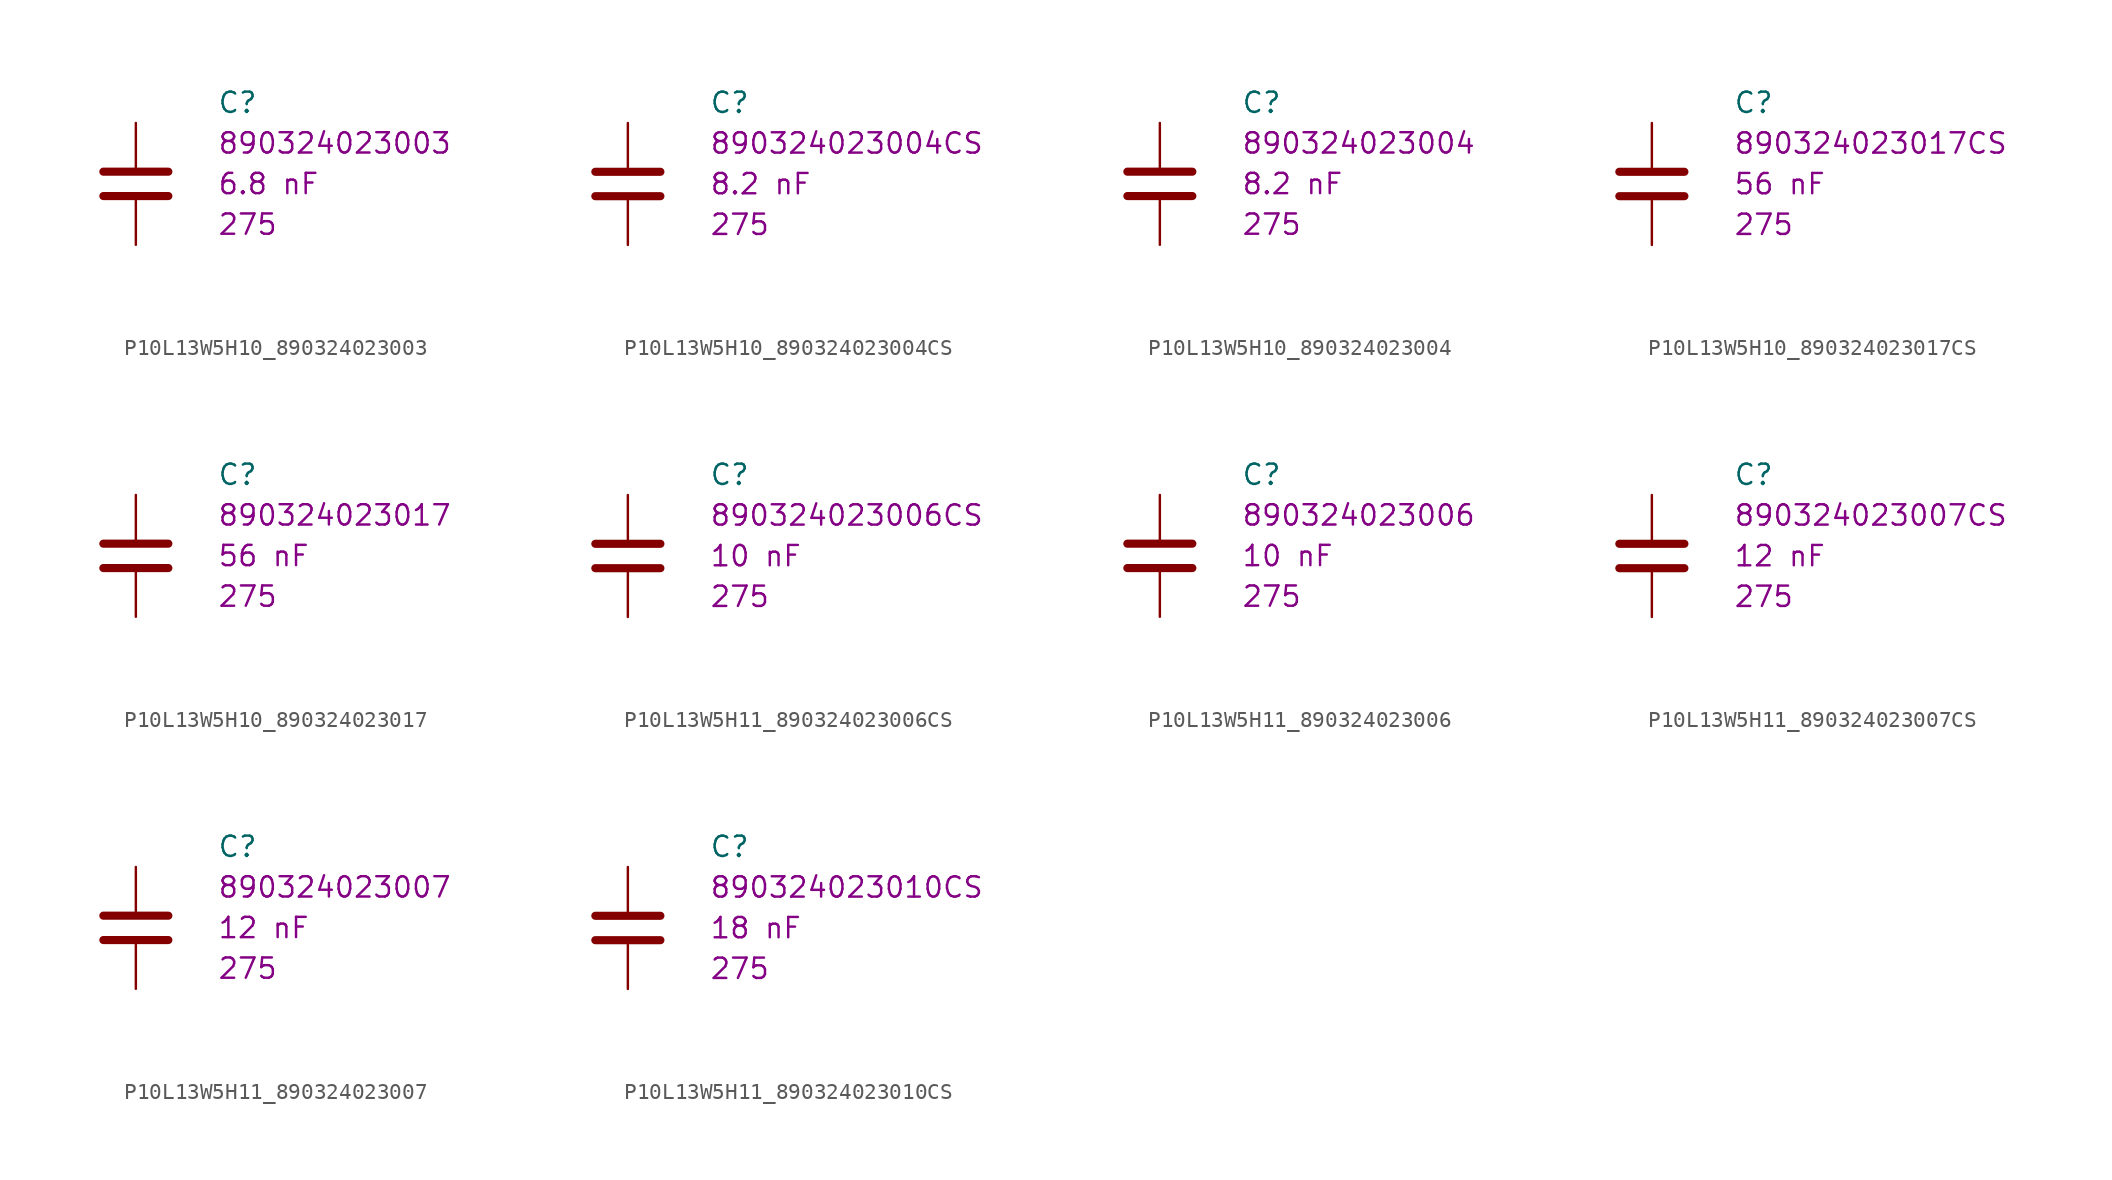
<source format=kicad_sym>
(kicad_symbol_lib
  (version 20220914)
  (generator kicad_symbol_editor)
  (symbol "P10L13W5H10_890324023003"
    (pin_numbers hide)
    (pin_names hide)
    (property "Reference" "C"
      (at 5.08 5.08 0)
      (effects (font (size 1.27 1.27)) (justify left)))
    (property "Part Number" "890324023003"
      (at 5.08 2.54 0)
      (effects (font (size 1.27 1.27)) (justify left)))
    (property "Capacitance" "6.8 nF"
      (at 5.08 0 0)
      (effects (font (size 1.27 1.27)) (justify left)))
    (property "Voltage" "275"
      (at 5.08 -2.54 0)
      (effects (font (size 1.27 1.27)) (justify left)))
    (property "Critical Parameter" ""
      (at 0 -7.62 0)
      (effects (font (size 1.27 1.27))))
    (symbol "P10L13W5H10_890324023003_0_1"
      (polyline (pts (xy -2.032 -0.762) (xy 2.032 -0.762)) (stroke (width 0.508) (type default)) (fill (type none)))
      (polyline (pts (xy -2.032 0.762) (xy 2.032 0.762)) (stroke (width 0.508) (type default)) (fill (type none))))
    (symbol "P10L13W5H10_890324023003_1_1"
      (pin passive line (at 0 3.81 270) (length 2.794) (name "1" (effects (font (size 1.27 1.27)))) (number "1" (effects (font (size 1.27 1.27)))))
      (pin passive line (at 0 -3.81 90) (length 2.794) (name "2" (effects (font (size 1.27 1.27)))) (number "2" (effects (font (size 1.27 1.27)))))))
  (symbol "P10L13W5H10_890324023004CS"
    (pin_numbers hide)
    (pin_names hide)
    (property "Reference" "C"
      (at 5.08 5.08 0)
      (effects (font (size 1.27 1.27)) (justify left)))
    (property "Part Number" "890324023004CS"
      (at 5.08 2.54 0)
      (effects (font (size 1.27 1.27)) (justify left)))
    (property "Capacitance" "8.2 nF"
      (at 5.08 0 0)
      (effects (font (size 1.27 1.27)) (justify left)))
    (property "Voltage" "275"
      (at 5.08 -2.54 0)
      (effects (font (size 1.27 1.27)) (justify left)))
    (property "Critical Parameter" ""
      (at 0 -7.62 0)
      (effects (font (size 1.27 1.27))))
    (symbol "P10L13W5H10_890324023004CS_0_1"
      (polyline (pts (xy -2.032 -0.762) (xy 2.032 -0.762)) (stroke (width 0.508) (type default)) (fill (type none)))
      (polyline (pts (xy -2.032 0.762) (xy 2.032 0.762)) (stroke (width 0.508) (type default)) (fill (type none))))
    (symbol "P10L13W5H10_890324023004CS_1_1"
      (pin passive line (at 0 3.81 270) (length 2.794) (name "1" (effects (font (size 1.27 1.27)))) (number "1" (effects (font (size 1.27 1.27)))))
      (pin passive line (at 0 -3.81 90) (length 2.794) (name "2" (effects (font (size 1.27 1.27)))) (number "2" (effects (font (size 1.27 1.27)))))))
  (symbol "P10L13W5H10_890324023004"
    (pin_numbers hide)
    (pin_names hide)
    (property "Reference" "C"
      (at 5.08 5.08 0)
      (effects (font (size 1.27 1.27)) (justify left)))
    (property "Part Number" "890324023004"
      (at 5.08 2.54 0)
      (effects (font (size 1.27 1.27)) (justify left)))
    (property "Capacitance" "8.2 nF"
      (at 5.08 0 0)
      (effects (font (size 1.27 1.27)) (justify left)))
    (property "Voltage" "275"
      (at 5.08 -2.54 0)
      (effects (font (size 1.27 1.27)) (justify left)))
    (property "Critical Parameter" ""
      (at 0 -7.62 0)
      (effects (font (size 1.27 1.27))))
    (symbol "P10L13W5H10_890324023004_0_1"
      (polyline (pts (xy -2.032 -0.762) (xy 2.032 -0.762)) (stroke (width 0.508) (type default)) (fill (type none)))
      (polyline (pts (xy -2.032 0.762) (xy 2.032 0.762)) (stroke (width 0.508) (type default)) (fill (type none))))
    (symbol "P10L13W5H10_890324023004_1_1"
      (pin passive line (at 0 3.81 270) (length 2.794) (name "1" (effects (font (size 1.27 1.27)))) (number "1" (effects (font (size 1.27 1.27)))))
      (pin passive line (at 0 -3.81 90) (length 2.794) (name "2" (effects (font (size 1.27 1.27)))) (number "2" (effects (font (size 1.27 1.27)))))))
  (symbol "P10L13W5H10_890324023017CS"
    (pin_numbers hide)
    (pin_names hide)
    (property "Reference" "C"
      (at 5.08 5.08 0)
      (effects (font (size 1.27 1.27)) (justify left)))
    (property "Part Number" "890324023017CS"
      (at 5.08 2.54 0)
      (effects (font (size 1.27 1.27)) (justify left)))
    (property "Capacitance" "56 nF"
      (at 5.08 0 0)
      (effects (font (size 1.27 1.27)) (justify left)))
    (property "Voltage" "275"
      (at 5.08 -2.54 0)
      (effects (font (size 1.27 1.27)) (justify left)))
    (property "Critical Parameter" ""
      (at 0 -7.62 0)
      (effects (font (size 1.27 1.27))))
    (symbol "P10L13W5H10_890324023017CS_0_1"
      (polyline (pts (xy -2.032 -0.762) (xy 2.032 -0.762)) (stroke (width 0.508) (type default)) (fill (type none)))
      (polyline (pts (xy -2.032 0.762) (xy 2.032 0.762)) (stroke (width 0.508) (type default)) (fill (type none))))
    (symbol "P10L13W5H10_890324023017CS_1_1"
      (pin passive line (at 0 3.81 270) (length 2.794) (name "1" (effects (font (size 1.27 1.27)))) (number "1" (effects (font (size 1.27 1.27)))))
      (pin passive line (at 0 -3.81 90) (length 2.794) (name "2" (effects (font (size 1.27 1.27)))) (number "2" (effects (font (size 1.27 1.27)))))))
  (symbol "P10L13W5H10_890324023017"
    (pin_numbers hide)
    (pin_names hide)
    (property "Reference" "C"
      (at 5.08 5.08 0)
      (effects (font (size 1.27 1.27)) (justify left)))
    (property "Part Number" "890324023017"
      (at 5.08 2.54 0)
      (effects (font (size 1.27 1.27)) (justify left)))
    (property "Capacitance" "56 nF"
      (at 5.08 0 0)
      (effects (font (size 1.27 1.27)) (justify left)))
    (property "Voltage" "275"
      (at 5.08 -2.54 0)
      (effects (font (size 1.27 1.27)) (justify left)))
    (property "Critical Parameter" ""
      (at 0 -7.62 0)
      (effects (font (size 1.27 1.27))))
    (symbol "P10L13W5H10_890324023017_0_1"
      (polyline (pts (xy -2.032 -0.762) (xy 2.032 -0.762)) (stroke (width 0.508) (type default)) (fill (type none)))
      (polyline (pts (xy -2.032 0.762) (xy 2.032 0.762)) (stroke (width 0.508) (type default)) (fill (type none))))
    (symbol "P10L13W5H10_890324023017_1_1"
      (pin passive line (at 0 3.81 270) (length 2.794) (name "1" (effects (font (size 1.27 1.27)))) (number "1" (effects (font (size 1.27 1.27)))))
      (pin passive line (at 0 -3.81 90) (length 2.794) (name "2" (effects (font (size 1.27 1.27)))) (number "2" (effects (font (size 1.27 1.27)))))))
  (symbol "P10L13W5H11_890324023006CS"
    (pin_numbers hide)
    (pin_names hide)
    (property "Reference" "C"
      (at 5.08 5.08 0)
      (effects (font (size 1.27 1.27)) (justify left)))
    (property "Part Number" "890324023006CS"
      (at 5.08 2.54 0)
      (effects (font (size 1.27 1.27)) (justify left)))
    (property "Capacitance" "10 nF"
      (at 5.08 0 0)
      (effects (font (size 1.27 1.27)) (justify left)))
    (property "Voltage" "275"
      (at 5.08 -2.54 0)
      (effects (font (size 1.27 1.27)) (justify left)))
    (property "Critical Parameter" ""
      (at 0 -7.62 0)
      (effects (font (size 1.27 1.27))))
    (symbol "P10L13W5H11_890324023006CS_0_1"
      (polyline (pts (xy -2.032 -0.762) (xy 2.032 -0.762)) (stroke (width 0.508) (type default)) (fill (type none)))
      (polyline (pts (xy -2.032 0.762) (xy 2.032 0.762)) (stroke (width 0.508) (type default)) (fill (type none))))
    (symbol "P10L13W5H11_890324023006CS_1_1"
      (pin passive line (at 0 3.81 270) (length 2.794) (name "1" (effects (font (size 1.27 1.27)))) (number "1" (effects (font (size 1.27 1.27)))))
      (pin passive line (at 0 -3.81 90) (length 2.794) (name "2" (effects (font (size 1.27 1.27)))) (number "2" (effects (font (size 1.27 1.27)))))))
  (symbol "P10L13W5H11_890324023006"
    (pin_numbers hide)
    (pin_names hide)
    (property "Reference" "C"
      (at 5.08 5.08 0)
      (effects (font (size 1.27 1.27)) (justify left)))
    (property "Part Number" "890324023006"
      (at 5.08 2.54 0)
      (effects (font (size 1.27 1.27)) (justify left)))
    (property "Capacitance" "10 nF"
      (at 5.08 0 0)
      (effects (font (size 1.27 1.27)) (justify left)))
    (property "Voltage" "275"
      (at 5.08 -2.54 0)
      (effects (font (size 1.27 1.27)) (justify left)))
    (property "Critical Parameter" ""
      (at 0 -7.62 0)
      (effects (font (size 1.27 1.27))))
    (symbol "P10L13W5H11_890324023006_0_1"
      (polyline (pts (xy -2.032 -0.762) (xy 2.032 -0.762)) (stroke (width 0.508) (type default)) (fill (type none)))
      (polyline (pts (xy -2.032 0.762) (xy 2.032 0.762)) (stroke (width 0.508) (type default)) (fill (type none))))
    (symbol "P10L13W5H11_890324023006_1_1"
      (pin passive line (at 0 3.81 270) (length 2.794) (name "1" (effects (font (size 1.27 1.27)))) (number "1" (effects (font (size 1.27 1.27)))))
      (pin passive line (at 0 -3.81 90) (length 2.794) (name "2" (effects (font (size 1.27 1.27)))) (number "2" (effects (font (size 1.27 1.27)))))))
  (symbol "P10L13W5H11_890324023007CS"
    (pin_numbers hide)
    (pin_names hide)
    (property "Reference" "C"
      (at 5.08 5.08 0)
      (effects (font (size 1.27 1.27)) (justify left)))
    (property "Part Number" "890324023007CS"
      (at 5.08 2.54 0)
      (effects (font (size 1.27 1.27)) (justify left)))
    (property "Capacitance" "12 nF"
      (at 5.08 0 0)
      (effects (font (size 1.27 1.27)) (justify left)))
    (property "Voltage" "275"
      (at 5.08 -2.54 0)
      (effects (font (size 1.27 1.27)) (justify left)))
    (property "Critical Parameter" ""
      (at 0 -7.62 0)
      (effects (font (size 1.27 1.27))))
    (symbol "P10L13W5H11_890324023007CS_0_1"
      (polyline (pts (xy -2.032 -0.762) (xy 2.032 -0.762)) (stroke (width 0.508) (type default)) (fill (type none)))
      (polyline (pts (xy -2.032 0.762) (xy 2.032 0.762)) (stroke (width 0.508) (type default)) (fill (type none))))
    (symbol "P10L13W5H11_890324023007CS_1_1"
      (pin passive line (at 0 3.81 270) (length 2.794) (name "1" (effects (font (size 1.27 1.27)))) (number "1" (effects (font (size 1.27 1.27)))))
      (pin passive line (at 0 -3.81 90) (length 2.794) (name "2" (effects (font (size 1.27 1.27)))) (number "2" (effects (font (size 1.27 1.27)))))))
  (symbol "P10L13W5H11_890324023007"
    (pin_numbers hide)
    (pin_names hide)
    (property "Reference" "C"
      (at 5.08 5.08 0)
      (effects (font (size 1.27 1.27)) (justify left)))
    (property "Part Number" "890324023007"
      (at 5.08 2.54 0)
      (effects (font (size 1.27 1.27)) (justify left)))
    (property "Capacitance" "12 nF"
      (at 5.08 0 0)
      (effects (font (size 1.27 1.27)) (justify left)))
    (property "Voltage" "275"
      (at 5.08 -2.54 0)
      (effects (font (size 1.27 1.27)) (justify left)))
    (property "Critical Parameter" ""
      (at 0 -7.62 0)
      (effects (font (size 1.27 1.27))))
    (symbol "P10L13W5H11_890324023007_0_1"
      (polyline (pts (xy -2.032 -0.762) (xy 2.032 -0.762)) (stroke (width 0.508) (type default)) (fill (type none)))
      (polyline (pts (xy -2.032 0.762) (xy 2.032 0.762)) (stroke (width 0.508) (type default)) (fill (type none))))
    (symbol "P10L13W5H11_890324023007_1_1"
      (pin passive line (at 0 3.81 270) (length 2.794) (name "1" (effects (font (size 1.27 1.27)))) (number "1" (effects (font (size 1.27 1.27)))))
      (pin passive line (at 0 -3.81 90) (length 2.794) (name "2" (effects (font (size 1.27 1.27)))) (number "2" (effects (font (size 1.27 1.27)))))))
  (symbol "P10L13W5H11_890324023010CS"
    (pin_numbers hide)
    (pin_names hide)
    (property "Reference" "C"
      (at 5.08 5.08 0)
      (effects (font (size 1.27 1.27)) (justify left)))
    (property "Part Number" "890324023010CS"
      (at 5.08 2.54 0)
      (effects (font (size 1.27 1.27)) (justify left)))
    (property "Capacitance" "18 nF"
      (at 5.08 0 0)
      (effects (font (size 1.27 1.27)) (justify left)))
    (property "Voltage" "275"
      (at 5.08 -2.54 0)
      (effects (font (size 1.27 1.27)) (justify left)))
    (property "Critical Parameter" ""
      (at 0 -7.62 0)
      (effects (font (size 1.27 1.27))))
    (symbol "P10L13W5H11_890324023010CS_0_1"
      (polyline (pts (xy -2.032 -0.762) (xy 2.032 -0.762)) (stroke (width 0.508) (type default)) (fill (type none)))
      (polyline (pts (xy -2.032 0.762) (xy 2.032 0.762)) (stroke (width 0.508) (type default)) (fill (type none))))
    (symbol "P10L13W5H11_890324023010CS_1_1"
      (pin passive line (at 0 3.81 270) (length 2.794) (name "1" (effects (font (size 1.27 1.27)))) (number "1" (effects (font (size 1.27 1.27)))))
      (pin passive line (at 0 -3.81 90) (length 2.794) (name "2" (effects (font (size 1.27 1.27)))) (number "2" (effects (font (size 1.27 1.27))))))))
</source>
